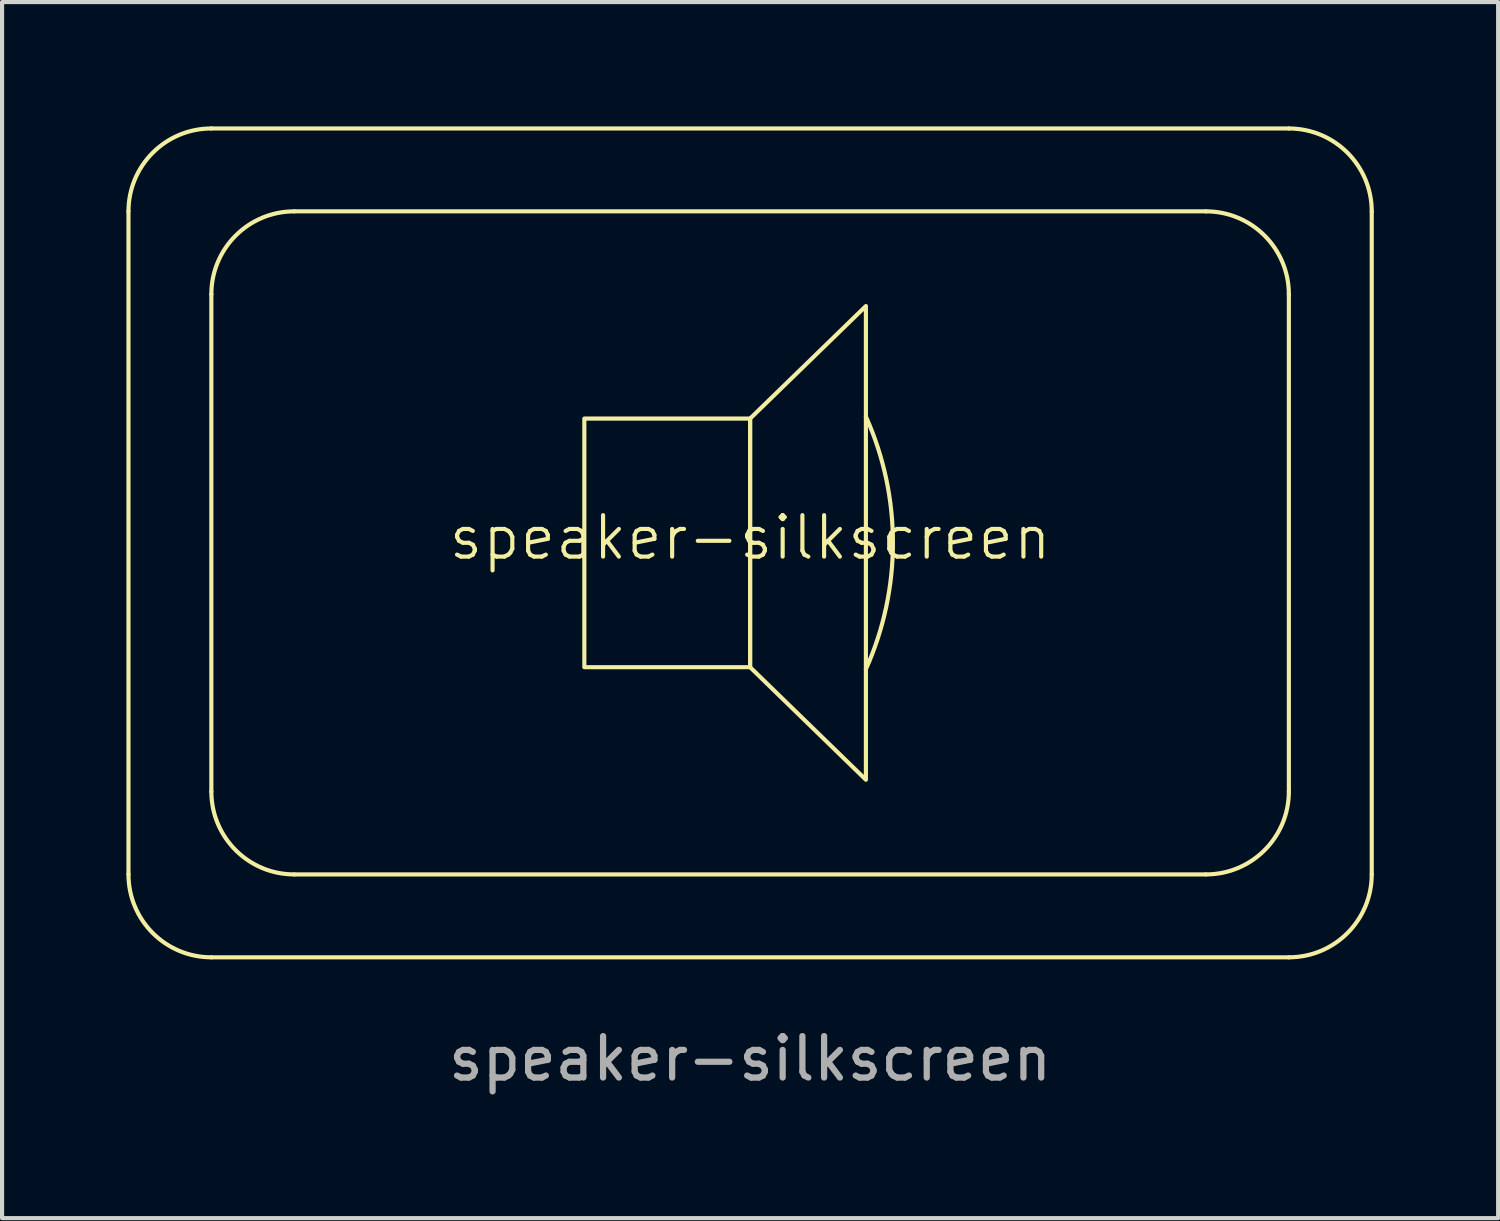
<source format=kicad_pcb>
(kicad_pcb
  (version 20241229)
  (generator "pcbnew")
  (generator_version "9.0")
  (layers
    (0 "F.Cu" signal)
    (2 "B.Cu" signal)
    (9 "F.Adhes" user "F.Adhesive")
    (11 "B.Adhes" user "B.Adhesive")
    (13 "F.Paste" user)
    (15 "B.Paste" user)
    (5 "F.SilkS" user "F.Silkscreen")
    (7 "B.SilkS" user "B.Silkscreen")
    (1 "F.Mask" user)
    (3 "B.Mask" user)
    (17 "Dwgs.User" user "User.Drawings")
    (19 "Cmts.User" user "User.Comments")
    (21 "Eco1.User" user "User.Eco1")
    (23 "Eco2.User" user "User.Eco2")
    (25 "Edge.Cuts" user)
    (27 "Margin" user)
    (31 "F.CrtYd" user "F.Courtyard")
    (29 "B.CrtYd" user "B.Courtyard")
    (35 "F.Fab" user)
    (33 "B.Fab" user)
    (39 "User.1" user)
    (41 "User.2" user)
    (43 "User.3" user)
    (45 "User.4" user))
  (footprint "speaker-silkscreen"
    (layer "F.Cu")
    (at 15.05 10.05)
    (property "Reference" "speaker-silkscreen" (at 0 -0.127 0) (unlocked yes) (layer "F.SilkS") (effects (font (size 1 1) (thickness 0.1))))
    (attr smd)
    (fp_line (start -15 8) (end -15 -8) (stroke (width 0.1) (type default)) (layer "F.SilkS"))
    (fp_line (start -13 -10) (end 13 -10) (stroke (width 0.1) (type default)) (layer "F.SilkS"))
    (fp_line (start -13 6) (end -13 -6) (stroke (width 0.1) (type default)) (layer "F.SilkS"))
    (fp_line (start -11 -8) (end 11 -8) (stroke (width 0.1) (type default)) (layer "F.SilkS"))
    (fp_line (start 11 8) (end -11 8) (stroke (width 0.1) (type default)) (layer "F.SilkS"))
    (fp_line (start 13 -6) (end 13 6) (stroke (width 0.1) (type default)) (layer "F.SilkS"))
    (fp_line (start 13 10) (end -13 10) (stroke (width 0.1) (type default)) (layer "F.SilkS"))
    (fp_line (start 15 -8) (end 15 8) (stroke (width 0.1) (type default)) (layer "F.SilkS"))
    (fp_rect (start -4 -3) (end 0 3) (stroke (width 0.1) (type default)) (fill no) (layer "F.SilkS"))
    (fp_arc (start -15 -8) (mid -14.414214 -9.414214) (end -13 -10) (stroke (width 0.1) (type default)) (layer "F.SilkS"))
    (fp_arc (start -13 -6) (mid -12.414214 -7.414214) (end -11 -8) (stroke (width 0.1) (type default)) (layer "F.SilkS"))
    (fp_arc (start -13 10) (mid -14.414214 9.414214) (end -15 8) (stroke (width 0.1) (type default)) (layer "F.SilkS"))
    (fp_arc (start -11 8) (mid -12.414214 7.414214) (end -13 6) (stroke (width 0.1) (type default)) (layer "F.SilkS"))
    (fp_arc (start 2.794 -3.048) (mid 3.446391 0) (end 2.794 3.048) (stroke (width 0.1) (type default)) (layer "F.SilkS"))
    (fp_arc (start 11 -8) (mid 12.414214 -7.414214) (end 13 -6) (stroke (width 0.1) (type default)) (layer "F.SilkS"))
    (fp_arc (start 13 -10) (mid 14.414214 -9.414214) (end 15 -8) (stroke (width 0.1) (type default)) (layer "F.SilkS"))
    (fp_arc (start 13 6) (mid 12.414214 7.414214) (end 11 8) (stroke (width 0.1) (type default)) (layer "F.SilkS"))
    (fp_arc (start 15 8) (mid 14.414214 9.414214) (end 13 10) (stroke (width 0.1) (type default)) (layer "F.SilkS"))
    (fp_poly (pts (xy 0 -3) (xy 2.794 -5.715) (xy 2.794 5.715) (xy 0 3)) (stroke (width 0.1) (type solid)) (fill no) (layer "F.SilkS"))
    (fp_text user "${REFERENCE}" (at 0 12.446 0) (unlocked yes) (layer "F.Fab") (effects (font (size 1 1) (thickness 0.15)))))
  (gr_rect
    (start -3 -3)
    (end 33.1 26.344)
    (stroke (width 0.1) (type default))
    (fill no)
    (layer "Edge.Cuts")))
</source>
